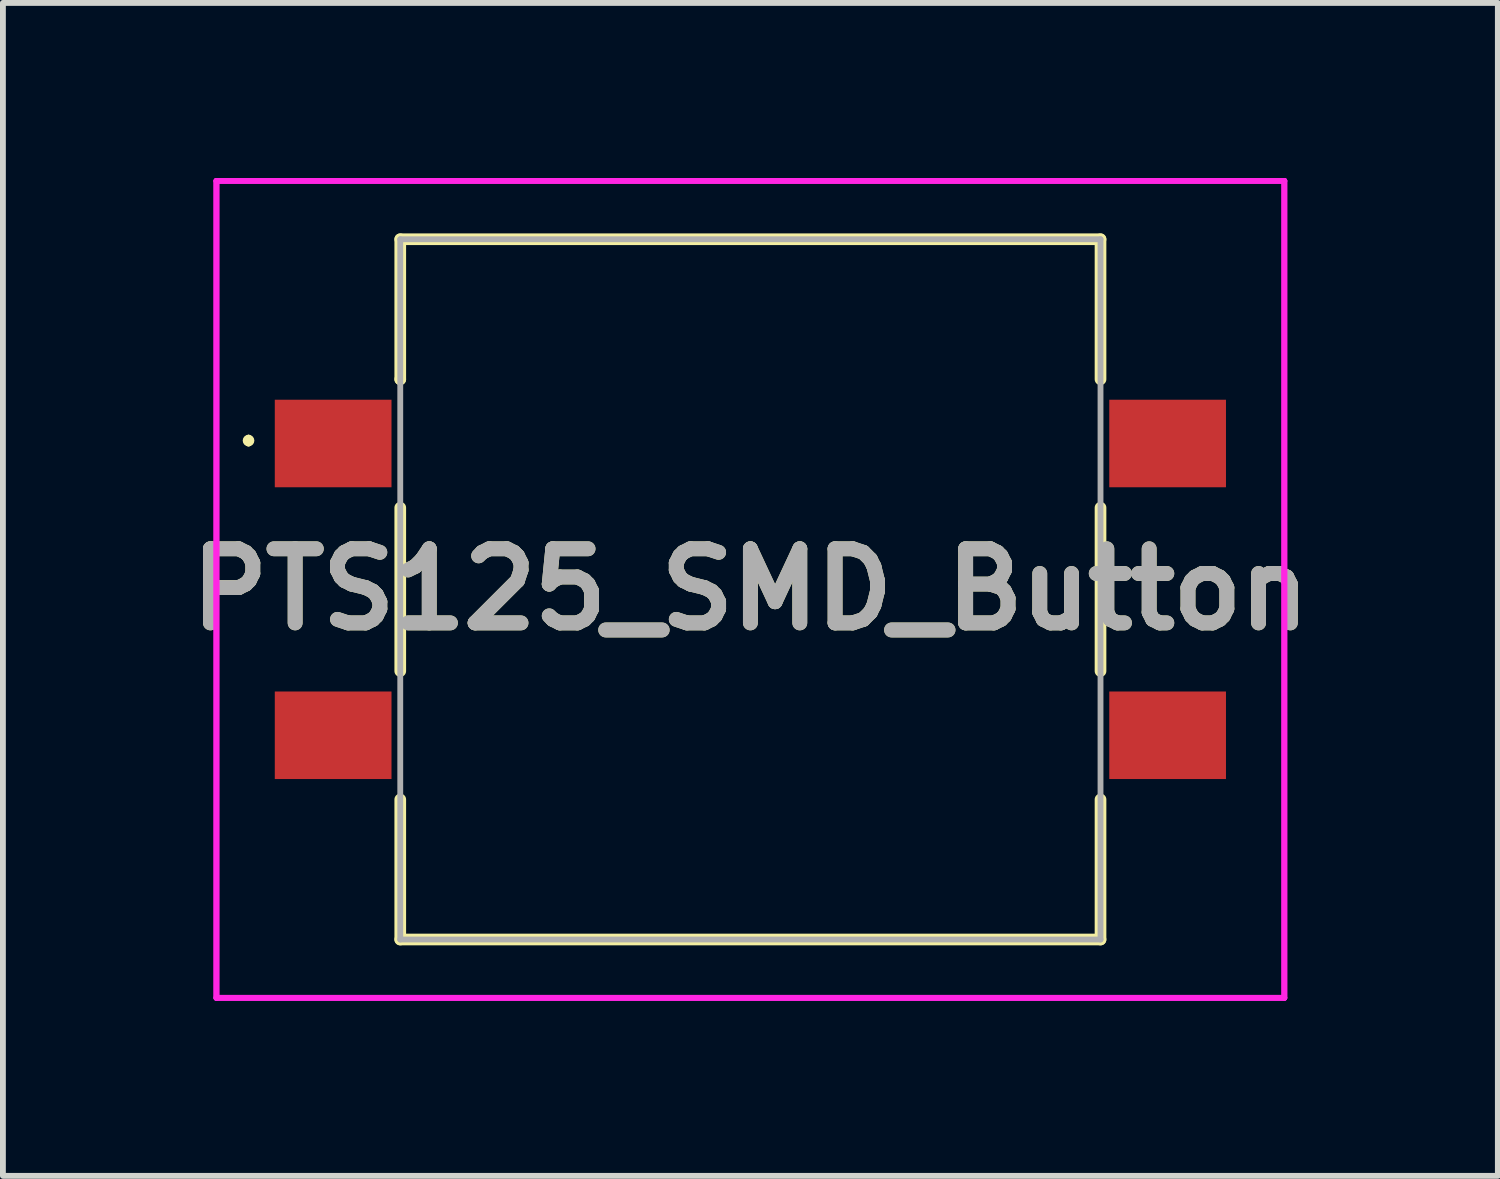
<source format=kicad_pcb>
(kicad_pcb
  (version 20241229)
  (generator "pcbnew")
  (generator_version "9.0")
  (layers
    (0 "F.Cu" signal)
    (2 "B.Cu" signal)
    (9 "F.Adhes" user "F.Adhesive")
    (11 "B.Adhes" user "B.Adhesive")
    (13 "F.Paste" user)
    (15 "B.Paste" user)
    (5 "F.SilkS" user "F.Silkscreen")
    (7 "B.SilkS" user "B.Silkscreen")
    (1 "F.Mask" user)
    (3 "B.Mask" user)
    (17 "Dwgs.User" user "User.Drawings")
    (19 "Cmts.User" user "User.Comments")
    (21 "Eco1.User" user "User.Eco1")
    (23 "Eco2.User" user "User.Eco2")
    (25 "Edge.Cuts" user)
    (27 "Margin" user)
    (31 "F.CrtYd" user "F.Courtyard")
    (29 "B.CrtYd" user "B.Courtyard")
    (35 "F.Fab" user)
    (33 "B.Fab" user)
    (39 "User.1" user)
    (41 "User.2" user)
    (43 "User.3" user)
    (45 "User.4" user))
  (footprint "PTS125_SMD_Button"
    (layer "F.Cu")
    (at 9.809 7.05)
    (property "Reference" "PTS125_SMD_Button" (at 0 0 0) (layer "F.SilkS") (effects (font (size 1.27 1.27) (thickness 0.254))))
    (attr smd)
    (fp_line (start -8.6 -2.6) (end -8.6 -2.6) (stroke (width 0.1) (type solid)) (layer "F.SilkS"))
    (fp_line (start -8.6 -2.5) (end -8.6 -2.5) (stroke (width 0.1) (type solid)) (layer "F.SilkS"))
    (fp_line (start -6 -6) (end 6 -6) (stroke (width 0.2) (type solid)) (layer "F.SilkS"))
    (fp_line (start -6 -3.6) (end -6 -6) (stroke (width 0.2) (type solid)) (layer "F.SilkS"))
    (fp_line (start -6 -3.6) (end -6 -3.6) (stroke (width 0.2) (type solid)) (layer "F.SilkS"))
    (fp_line (start -6 -1.4) (end -6 1.4) (stroke (width 0.2) (type solid)) (layer "F.SilkS"))
    (fp_line (start -6 3.6) (end -6 6) (stroke (width 0.2) (type solid)) (layer "F.SilkS"))
    (fp_line (start -6 6) (end 6 6) (stroke (width 0.2) (type solid)) (layer "F.SilkS"))
    (fp_line (start 6 -6) (end 6 -3.6) (stroke (width 0.2) (type solid)) (layer "F.SilkS"))
    (fp_line (start 6 -1.4) (end 6 1.4) (stroke (width 0.2) (type solid)) (layer "F.SilkS"))
    (fp_line (start 6 6) (end 6 3.6) (stroke (width 0.2) (type solid)) (layer "F.SilkS"))
    (fp_arc (start -8.6 -2.6) (mid -8.55 -2.55) (end -8.6 -2.5) (stroke (width 0.1) (type solid)) (layer "F.SilkS"))
    (fp_arc (start -8.6 -2.5) (mid -8.65 -2.55) (end -8.6 -2.6) (stroke (width 0.1) (type solid)) (layer "F.SilkS"))
    (fp_line (start -9.15 -7) (end 9.15 -7) (stroke (width 0.1) (type solid)) (layer "F.CrtYd"))
    (fp_line (start -9.15 -7) (end 9.15 -7) (stroke (width 0.1) (type solid)) (layer "F.CrtYd"))
    (fp_line (start -9.15 7) (end -9.15 -7) (stroke (width 0.1) (type solid)) (layer "F.CrtYd"))
    (fp_line (start -9.15 7) (end -9.15 -7) (stroke (width 0.1) (type solid)) (layer "F.CrtYd"))
    (fp_line (start 9.15 -7) (end 9.15 7) (stroke (width 0.1) (type solid)) (layer "F.CrtYd"))
    (fp_line (start 9.15 -7) (end 9.15 7) (stroke (width 0.1) (type solid)) (layer "F.CrtYd"))
    (fp_line (start 9.15 7) (end -9.15 7) (stroke (width 0.1) (type solid)) (layer "F.CrtYd"))
    (fp_line (start 9.15 7) (end -9.15 7) (stroke (width 0.1) (type solid)) (layer "F.CrtYd"))
    (fp_line (start -6 -6) (end 6 -6) (stroke (width 0.1) (type solid)) (layer "F.Fab"))
    (fp_line (start -6 6) (end -6 -6) (stroke (width 0.1) (type solid)) (layer "F.Fab"))
    (fp_line (start 6 -6) (end 6 6) (stroke (width 0.1) (type solid)) (layer "F.Fab"))
    (fp_line (start 6 6) (end -6 6) (stroke (width 0.1) (type solid)) (layer "F.Fab"))
    (fp_text user "${REFERENCE}" (at 0 0 0) (layer "F.Fab") (effects (font (size 1.27 1.27) (thickness 0.254))))
    (pad "A1" smd rect (at -7.15 -2.5 90) (size 1.5 2) (layers "F.Cu" "F.Mask" "F.Paste"))
    (pad "B1" smd rect (at 7.15 -2.5 90) (size 1.5 2) (layers "F.Cu" "F.Mask" "F.Paste"))
    (pad "C1" smd rect (at -7.15 2.5 90) (size 1.5 2) (layers "F.Cu" "F.Mask" "F.Paste"))
    (pad "D1" smd rect (at 7.15 2.5 90) (size 1.5 2) (layers "F.Cu" "F.Mask" "F.Paste")))
  (gr_rect
    (start -3 -3)
    (end 22.618 17.1)
    (stroke (width 0.1) (type default))
    (fill no)
    (layer "Edge.Cuts")))
</source>
